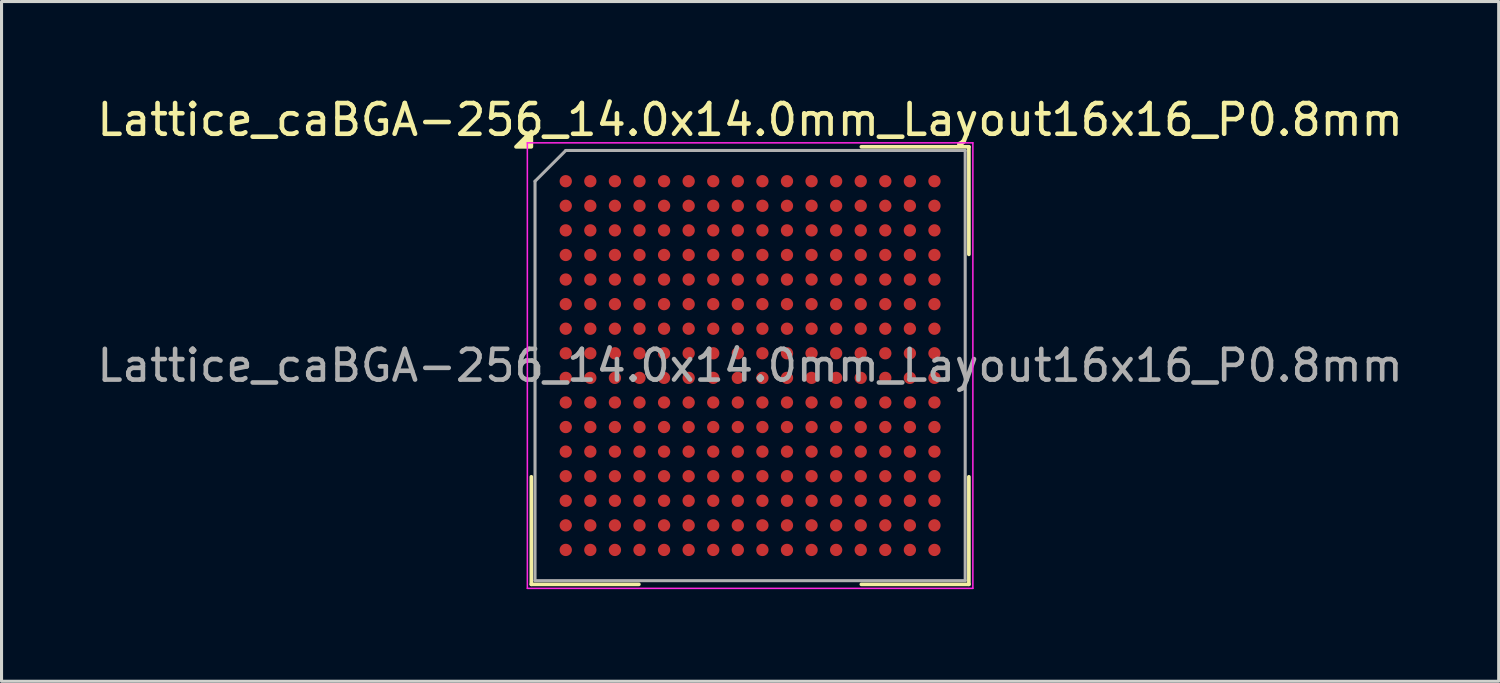
<source format=kicad_pcb>
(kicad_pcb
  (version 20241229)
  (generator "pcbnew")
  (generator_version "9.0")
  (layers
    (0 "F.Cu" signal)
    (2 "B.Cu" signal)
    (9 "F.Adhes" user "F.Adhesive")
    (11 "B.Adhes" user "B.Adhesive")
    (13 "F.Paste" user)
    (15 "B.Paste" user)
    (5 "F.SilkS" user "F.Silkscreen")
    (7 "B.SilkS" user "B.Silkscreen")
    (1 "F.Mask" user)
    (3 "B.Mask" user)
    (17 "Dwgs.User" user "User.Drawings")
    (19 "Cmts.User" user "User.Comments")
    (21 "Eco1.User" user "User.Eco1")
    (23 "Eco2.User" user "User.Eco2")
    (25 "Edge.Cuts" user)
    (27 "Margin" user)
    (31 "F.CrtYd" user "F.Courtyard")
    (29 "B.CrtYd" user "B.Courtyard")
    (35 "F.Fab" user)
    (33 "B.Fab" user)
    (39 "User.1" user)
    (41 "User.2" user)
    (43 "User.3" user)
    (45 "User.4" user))
  (footprint "Lattice_caBGA-256_14.0x14.0mm_Layout16x16_P0.8mm"
    (layer "F.Cu")
    (at 21.363 8.848)
    (property "Reference" "Lattice_caBGA-256_14.0x14.0mm_Layout16x16_P0.8mm" (at 0 -8 0) (layer "F.SilkS") (effects (font (size 1 1) (thickness 0.15))))
    (attr smd)
    (fp_line (start -7.12 7.12) (end -7.12 3.62) (stroke (width 0.12) (type default)) (layer "F.SilkS"))
    (fp_line (start -3.62 7.12) (end -7.12 7.12) (stroke (width 0.12) (type default)) (layer "F.SilkS"))
    (fp_line (start 3.62 -7.12) (end 7.12 -7.12) (stroke (width 0.12) (type default)) (layer "F.SilkS"))
    (fp_line (start 3.62 7.12) (end 7.12 7.12) (stroke (width 0.12) (type default)) (layer "F.SilkS"))
    (fp_line (start 7.12 -7.12) (end 7.12 -3.62) (stroke (width 0.12) (type default)) (layer "F.SilkS"))
    (fp_line (start 7.12 7.12) (end 7.12 3.62) (stroke (width 0.12) (type default)) (layer "F.SilkS"))
    (fp_poly (pts (xy -7.12 -7.12) (xy -7.62 -7.12) (xy -7.12 -7.62) (xy -7.12 -7.12)) (stroke (width 0.12) (type solid)) (fill yes) (layer "F.SilkS"))
    (fp_line (start -7.25 -7.25) (end 7.25 -7.25) (stroke (width 0.05) (type default)) (layer "F.CrtYd"))
    (fp_line (start -7.25 7.25) (end -7.25 -7.25) (stroke (width 0.05) (type default)) (layer "F.CrtYd"))
    (fp_line (start 7.25 -7.25) (end 7.25 7.25) (stroke (width 0.05) (type default)) (layer "F.CrtYd"))
    (fp_line (start 7.25 7.25) (end -7.25 7.25) (stroke (width 0.05) (type default)) (layer "F.CrtYd"))
    (fp_line (start -7 -6) (end -7 7) (stroke (width 0.1) (type default)) (layer "F.Fab"))
    (fp_line (start -7 7) (end 7 7) (stroke (width 0.1) (type default)) (layer "F.Fab"))
    (fp_line (start -6 -7) (end -7 -6) (stroke (width 0.1) (type default)) (layer "F.Fab"))
    (fp_line (start 7 -7) (end -6 -7) (stroke (width 0.1) (type default)) (layer "F.Fab"))
    (fp_line (start 7 7) (end 7 -7) (stroke (width 0.1) (type default)) (layer "F.Fab"))
    (fp_text user "${REFERENCE}" (at 0 0 0) (layer "F.Fab") (effects (font (size 1 1) (thickness 0.15))))
    (pad "A1" smd circle (at -6 -6) (size 0.4 0.4) (layers "F.Cu" "F.Mask" "F.Paste"))
    (pad "A2" smd circle (at -5.2 -6) (size 0.4 0.4) (layers "F.Cu" "F.Mask" "F.Paste"))
    (pad "A3" smd circle (at -4.4 -6) (size 0.4 0.4) (layers "F.Cu" "F.Mask" "F.Paste"))
    (pad "A4" smd circle (at -3.6 -6) (size 0.4 0.4) (layers "F.Cu" "F.Mask" "F.Paste"))
    (pad "A5" smd circle (at -2.8 -6) (size 0.4 0.4) (layers "F.Cu" "F.Mask" "F.Paste"))
    (pad "A6" smd circle (at -2 -6) (size 0.4 0.4) (layers "F.Cu" "F.Mask" "F.Paste"))
    (pad "A7" smd circle (at -1.2 -6) (size 0.4 0.4) (layers "F.Cu" "F.Mask" "F.Paste"))
    (pad "A8" smd circle (at -0.4 -6) (size 0.4 0.4) (layers "F.Cu" "F.Mask" "F.Paste"))
    (pad "A9" smd circle (at 0.4 -6) (size 0.4 0.4) (layers "F.Cu" "F.Mask" "F.Paste"))
    (pad "A10" smd circle (at 1.2 -6) (size 0.4 0.4) (layers "F.Cu" "F.Mask" "F.Paste"))
    (pad "A11" smd circle (at 2 -6) (size 0.4 0.4) (layers "F.Cu" "F.Mask" "F.Paste"))
    (pad "A12" smd circle (at 2.8 -6) (size 0.4 0.4) (layers "F.Cu" "F.Mask" "F.Paste"))
    (pad "A13" smd circle (at 3.6 -6) (size 0.4 0.4) (layers "F.Cu" "F.Mask" "F.Paste"))
    (pad "A14" smd circle (at 4.4 -6) (size 0.4 0.4) (layers "F.Cu" "F.Mask" "F.Paste"))
    (pad "A15" smd circle (at 5.2 -6) (size 0.4 0.4) (layers "F.Cu" "F.Mask" "F.Paste"))
    (pad "A16" smd circle (at 6 -6) (size 0.4 0.4) (layers "F.Cu" "F.Mask" "F.Paste"))
    (pad "B1" smd circle (at -6 -5.2) (size 0.4 0.4) (layers "F.Cu" "F.Mask" "F.Paste"))
    (pad "B2" smd circle (at -5.2 -5.2) (size 0.4 0.4) (layers "F.Cu" "F.Mask" "F.Paste"))
    (pad "B3" smd circle (at -4.4 -5.2) (size 0.4 0.4) (layers "F.Cu" "F.Mask" "F.Paste"))
    (pad "B4" smd circle (at -3.6 -5.2) (size 0.4 0.4) (layers "F.Cu" "F.Mask" "F.Paste"))
    (pad "B5" smd circle (at -2.8 -5.2) (size 0.4 0.4) (layers "F.Cu" "F.Mask" "F.Paste"))
    (pad "B6" smd circle (at -2 -5.2) (size 0.4 0.4) (layers "F.Cu" "F.Mask" "F.Paste"))
    (pad "B7" smd circle (at -1.2 -5.2) (size 0.4 0.4) (layers "F.Cu" "F.Mask" "F.Paste"))
    (pad "B8" smd circle (at -0.4 -5.2) (size 0.4 0.4) (layers "F.Cu" "F.Mask" "F.Paste"))
    (pad "B9" smd circle (at 0.4 -5.2) (size 0.4 0.4) (layers "F.Cu" "F.Mask" "F.Paste"))
    (pad "B10" smd circle (at 1.2 -5.2) (size 0.4 0.4) (layers "F.Cu" "F.Mask" "F.Paste"))
    (pad "B11" smd circle (at 2 -5.2) (size 0.4 0.4) (layers "F.Cu" "F.Mask" "F.Paste"))
    (pad "B12" smd circle (at 2.8 -5.2) (size 0.4 0.4) (layers "F.Cu" "F.Mask" "F.Paste"))
    (pad "B13" smd circle (at 3.6 -5.2) (size 0.4 0.4) (layers "F.Cu" "F.Mask" "F.Paste"))
    (pad "B14" smd circle (at 4.4 -5.2) (size 0.4 0.4) (layers "F.Cu" "F.Mask" "F.Paste"))
    (pad "B15" smd circle (at 5.2 -5.2) (size 0.4 0.4) (layers "F.Cu" "F.Mask" "F.Paste"))
    (pad "B16" smd circle (at 6 -5.2) (size 0.4 0.4) (layers "F.Cu" "F.Mask" "F.Paste"))
    (pad "C1" smd circle (at -6 -4.4) (size 0.4 0.4) (layers "F.Cu" "F.Mask" "F.Paste"))
    (pad "C2" smd circle (at -5.2 -4.4) (size 0.4 0.4) (layers "F.Cu" "F.Mask" "F.Paste"))
    (pad "C3" smd circle (at -4.4 -4.4) (size 0.4 0.4) (layers "F.Cu" "F.Mask" "F.Paste"))
    (pad "C4" smd circle (at -3.6 -4.4) (size 0.4 0.4) (layers "F.Cu" "F.Mask" "F.Paste"))
    (pad "C5" smd circle (at -2.8 -4.4) (size 0.4 0.4) (layers "F.Cu" "F.Mask" "F.Paste"))
    (pad "C6" smd circle (at -2 -4.4) (size 0.4 0.4) (layers "F.Cu" "F.Mask" "F.Paste"))
    (pad "C7" smd circle (at -1.2 -4.4) (size 0.4 0.4) (layers "F.Cu" "F.Mask" "F.Paste"))
    (pad "C8" smd circle (at -0.4 -4.4) (size 0.4 0.4) (layers "F.Cu" "F.Mask" "F.Paste"))
    (pad "C9" smd circle (at 0.4 -4.4) (size 0.4 0.4) (layers "F.Cu" "F.Mask" "F.Paste"))
    (pad "C10" smd circle (at 1.2 -4.4) (size 0.4 0.4) (layers "F.Cu" "F.Mask" "F.Paste"))
    (pad "C11" smd circle (at 2 -4.4) (size 0.4 0.4) (layers "F.Cu" "F.Mask" "F.Paste"))
    (pad "C12" smd circle (at 2.8 -4.4) (size 0.4 0.4) (layers "F.Cu" "F.Mask" "F.Paste"))
    (pad "C13" smd circle (at 3.6 -4.4) (size 0.4 0.4) (layers "F.Cu" "F.Mask" "F.Paste"))
    (pad "C14" smd circle (at 4.4 -4.4) (size 0.4 0.4) (layers "F.Cu" "F.Mask" "F.Paste"))
    (pad "C15" smd circle (at 5.2 -4.4) (size 0.4 0.4) (layers "F.Cu" "F.Mask" "F.Paste"))
    (pad "C16" smd circle (at 6 -4.4) (size 0.4 0.4) (layers "F.Cu" "F.Mask" "F.Paste"))
    (pad "D1" smd circle (at -6 -3.6) (size 0.4 0.4) (layers "F.Cu" "F.Mask" "F.Paste"))
    (pad "D2" smd circle (at -5.2 -3.6) (size 0.4 0.4) (layers "F.Cu" "F.Mask" "F.Paste"))
    (pad "D3" smd circle (at -4.4 -3.6) (size 0.4 0.4) (layers "F.Cu" "F.Mask" "F.Paste"))
    (pad "D4" smd circle (at -3.6 -3.6) (size 0.4 0.4) (layers "F.Cu" "F.Mask" "F.Paste"))
    (pad "D5" smd circle (at -2.8 -3.6) (size 0.4 0.4) (layers "F.Cu" "F.Mask" "F.Paste"))
    (pad "D6" smd circle (at -2 -3.6) (size 0.4 0.4) (layers "F.Cu" "F.Mask" "F.Paste"))
    (pad "D7" smd circle (at -1.2 -3.6) (size 0.4 0.4) (layers "F.Cu" "F.Mask" "F.Paste"))
    (pad "D8" smd circle (at -0.4 -3.6) (size 0.4 0.4) (layers "F.Cu" "F.Mask" "F.Paste"))
    (pad "D9" smd circle (at 0.4 -3.6) (size 0.4 0.4) (layers "F.Cu" "F.Mask" "F.Paste"))
    (pad "D10" smd circle (at 1.2 -3.6) (size 0.4 0.4) (layers "F.Cu" "F.Mask" "F.Paste"))
    (pad "D11" smd circle (at 2 -3.6) (size 0.4 0.4) (layers "F.Cu" "F.Mask" "F.Paste"))
    (pad "D12" smd circle (at 2.8 -3.6) (size 0.4 0.4) (layers "F.Cu" "F.Mask" "F.Paste"))
    (pad "D13" smd circle (at 3.6 -3.6) (size 0.4 0.4) (layers "F.Cu" "F.Mask" "F.Paste"))
    (pad "D14" smd circle (at 4.4 -3.6) (size 0.4 0.4) (layers "F.Cu" "F.Mask" "F.Paste"))
    (pad "D15" smd circle (at 5.2 -3.6) (size 0.4 0.4) (layers "F.Cu" "F.Mask" "F.Paste"))
    (pad "D16" smd circle (at 6 -3.6) (size 0.4 0.4) (layers "F.Cu" "F.Mask" "F.Paste"))
    (pad "E1" smd circle (at -6 -2.8) (size 0.4 0.4) (layers "F.Cu" "F.Mask" "F.Paste"))
    (pad "E2" smd circle (at -5.2 -2.8) (size 0.4 0.4) (layers "F.Cu" "F.Mask" "F.Paste"))
    (pad "E3" smd circle (at -4.4 -2.8) (size 0.4 0.4) (layers "F.Cu" "F.Mask" "F.Paste"))
    (pad "E4" smd circle (at -3.6 -2.8) (size 0.4 0.4) (layers "F.Cu" "F.Mask" "F.Paste"))
    (pad "E5" smd circle (at -2.8 -2.8) (size 0.4 0.4) (layers "F.Cu" "F.Mask" "F.Paste"))
    (pad "E6" smd circle (at -2 -2.8) (size 0.4 0.4) (layers "F.Cu" "F.Mask" "F.Paste"))
    (pad "E7" smd circle (at -1.2 -2.8) (size 0.4 0.4) (layers "F.Cu" "F.Mask" "F.Paste"))
    (pad "E8" smd circle (at -0.4 -2.8) (size 0.4 0.4) (layers "F.Cu" "F.Mask" "F.Paste"))
    (pad "E9" smd circle (at 0.4 -2.8) (size 0.4 0.4) (layers "F.Cu" "F.Mask" "F.Paste"))
    (pad "E10" smd circle (at 1.2 -2.8) (size 0.4 0.4) (layers "F.Cu" "F.Mask" "F.Paste"))
    (pad "E11" smd circle (at 2 -2.8) (size 0.4 0.4) (layers "F.Cu" "F.Mask" "F.Paste"))
    (pad "E12" smd circle (at 2.8 -2.8) (size 0.4 0.4) (layers "F.Cu" "F.Mask" "F.Paste"))
    (pad "E13" smd circle (at 3.6 -2.8) (size 0.4 0.4) (layers "F.Cu" "F.Mask" "F.Paste"))
    (pad "E14" smd circle (at 4.4 -2.8) (size 0.4 0.4) (layers "F.Cu" "F.Mask" "F.Paste"))
    (pad "E15" smd circle (at 5.2 -2.8) (size 0.4 0.4) (layers "F.Cu" "F.Mask" "F.Paste"))
    (pad "E16" smd circle (at 6 -2.8) (size 0.4 0.4) (layers "F.Cu" "F.Mask" "F.Paste"))
    (pad "F1" smd circle (at -6 -2) (size 0.4 0.4) (layers "F.Cu" "F.Mask" "F.Paste"))
    (pad "F2" smd circle (at -5.2 -2) (size 0.4 0.4) (layers "F.Cu" "F.Mask" "F.Paste"))
    (pad "F3" smd circle (at -4.4 -2) (size 0.4 0.4) (layers "F.Cu" "F.Mask" "F.Paste"))
    (pad "F4" smd circle (at -3.6 -2) (size 0.4 0.4) (layers "F.Cu" "F.Mask" "F.Paste"))
    (pad "F5" smd circle (at -2.8 -2) (size 0.4 0.4) (layers "F.Cu" "F.Mask" "F.Paste"))
    (pad "F6" smd circle (at -2 -2) (size 0.4 0.4) (layers "F.Cu" "F.Mask" "F.Paste"))
    (pad "F7" smd circle (at -1.2 -2) (size 0.4 0.4) (layers "F.Cu" "F.Mask" "F.Paste"))
    (pad "F8" smd circle (at -0.4 -2) (size 0.4 0.4) (layers "F.Cu" "F.Mask" "F.Paste"))
    (pad "F9" smd circle (at 0.4 -2) (size 0.4 0.4) (layers "F.Cu" "F.Mask" "F.Paste"))
    (pad "F10" smd circle (at 1.2 -2) (size 0.4 0.4) (layers "F.Cu" "F.Mask" "F.Paste"))
    (pad "F11" smd circle (at 2 -2) (size 0.4 0.4) (layers "F.Cu" "F.Mask" "F.Paste"))
    (pad "F12" smd circle (at 2.8 -2) (size 0.4 0.4) (layers "F.Cu" "F.Mask" "F.Paste"))
    (pad "F13" smd circle (at 3.6 -2) (size 0.4 0.4) (layers "F.Cu" "F.Mask" "F.Paste"))
    (pad "F14" smd circle (at 4.4 -2) (size 0.4 0.4) (layers "F.Cu" "F.Mask" "F.Paste"))
    (pad "F15" smd circle (at 5.2 -2) (size 0.4 0.4) (layers "F.Cu" "F.Mask" "F.Paste"))
    (pad "F16" smd circle (at 6 -2) (size 0.4 0.4) (layers "F.Cu" "F.Mask" "F.Paste"))
    (pad "G1" smd circle (at -6 -1.2) (size 0.4 0.4) (layers "F.Cu" "F.Mask" "F.Paste"))
    (pad "G2" smd circle (at -5.2 -1.2) (size 0.4 0.4) (layers "F.Cu" "F.Mask" "F.Paste"))
    (pad "G3" smd circle (at -4.4 -1.2) (size 0.4 0.4) (layers "F.Cu" "F.Mask" "F.Paste"))
    (pad "G4" smd circle (at -3.6 -1.2) (size 0.4 0.4) (layers "F.Cu" "F.Mask" "F.Paste"))
    (pad "G5" smd circle (at -2.8 -1.2) (size 0.4 0.4) (layers "F.Cu" "F.Mask" "F.Paste"))
    (pad "G6" smd circle (at -2 -1.2) (size 0.4 0.4) (layers "F.Cu" "F.Mask" "F.Paste"))
    (pad "G7" smd circle (at -1.2 -1.2) (size 0.4 0.4) (layers "F.Cu" "F.Mask" "F.Paste"))
    (pad "G8" smd circle (at -0.4 -1.2) (size 0.4 0.4) (layers "F.Cu" "F.Mask" "F.Paste"))
    (pad "G9" smd circle (at 0.4 -1.2) (size 0.4 0.4) (layers "F.Cu" "F.Mask" "F.Paste"))
    (pad "G10" smd circle (at 1.2 -1.2) (size 0.4 0.4) (layers "F.Cu" "F.Mask" "F.Paste"))
    (pad "G11" smd circle (at 2 -1.2) (size 0.4 0.4) (layers "F.Cu" "F.Mask" "F.Paste"))
    (pad "G12" smd circle (at 2.8 -1.2) (size 0.4 0.4) (layers "F.Cu" "F.Mask" "F.Paste"))
    (pad "G13" smd circle (at 3.6 -1.2) (size 0.4 0.4) (layers "F.Cu" "F.Mask" "F.Paste"))
    (pad "G14" smd circle (at 4.4 -1.2) (size 0.4 0.4) (layers "F.Cu" "F.Mask" "F.Paste"))
    (pad "G15" smd circle (at 5.2 -1.2) (size 0.4 0.4) (layers "F.Cu" "F.Mask" "F.Paste"))
    (pad "G16" smd circle (at 6 -1.2) (size 0.4 0.4) (layers "F.Cu" "F.Mask" "F.Paste"))
    (pad "H1" smd circle (at -6 -0.4) (size 0.4 0.4) (layers "F.Cu" "F.Mask" "F.Paste"))
    (pad "H2" smd circle (at -5.2 -0.4) (size 0.4 0.4) (layers "F.Cu" "F.Mask" "F.Paste"))
    (pad "H3" smd circle (at -4.4 -0.4) (size 0.4 0.4) (layers "F.Cu" "F.Mask" "F.Paste"))
    (pad "H4" smd circle (at -3.6 -0.4) (size 0.4 0.4) (layers "F.Cu" "F.Mask" "F.Paste"))
    (pad "H5" smd circle (at -2.8 -0.4) (size 0.4 0.4) (layers "F.Cu" "F.Mask" "F.Paste"))
    (pad "H6" smd circle (at -2 -0.4) (size 0.4 0.4) (layers "F.Cu" "F.Mask" "F.Paste"))
    (pad "H7" smd circle (at -1.2 -0.4) (size 0.4 0.4) (layers "F.Cu" "F.Mask" "F.Paste"))
    (pad "H8" smd circle (at -0.4 -0.4) (size 0.4 0.4) (layers "F.Cu" "F.Mask" "F.Paste"))
    (pad "H9" smd circle (at 0.4 -0.4) (size 0.4 0.4) (layers "F.Cu" "F.Mask" "F.Paste"))
    (pad "H10" smd circle (at 1.2 -0.4) (size 0.4 0.4) (layers "F.Cu" "F.Mask" "F.Paste"))
    (pad "H11" smd circle (at 2 -0.4) (size 0.4 0.4) (layers "F.Cu" "F.Mask" "F.Paste"))
    (pad "H12" smd circle (at 2.8 -0.4) (size 0.4 0.4) (layers "F.Cu" "F.Mask" "F.Paste"))
    (pad "H13" smd circle (at 3.6 -0.4) (size 0.4 0.4) (layers "F.Cu" "F.Mask" "F.Paste"))
    (pad "H14" smd circle (at 4.4 -0.4) (size 0.4 0.4) (layers "F.Cu" "F.Mask" "F.Paste"))
    (pad "H15" smd circle (at 5.2 -0.4) (size 0.4 0.4) (layers "F.Cu" "F.Mask" "F.Paste"))
    (pad "H16" smd circle (at 6 -0.4) (size 0.4 0.4) (layers "F.Cu" "F.Mask" "F.Paste"))
    (pad "J1" smd circle (at -6 0.4) (size 0.4 0.4) (layers "F.Cu" "F.Mask" "F.Paste"))
    (pad "J2" smd circle (at -5.2 0.4) (size 0.4 0.4) (layers "F.Cu" "F.Mask" "F.Paste"))
    (pad "J3" smd circle (at -4.4 0.4) (size 0.4 0.4) (layers "F.Cu" "F.Mask" "F.Paste"))
    (pad "J4" smd circle (at -3.6 0.4) (size 0.4 0.4) (layers "F.Cu" "F.Mask" "F.Paste"))
    (pad "J5" smd circle (at -2.8 0.4) (size 0.4 0.4) (layers "F.Cu" "F.Mask" "F.Paste"))
    (pad "J6" smd circle (at -2 0.4) (size 0.4 0.4) (layers "F.Cu" "F.Mask" "F.Paste"))
    (pad "J7" smd circle (at -1.2 0.4) (size 0.4 0.4) (layers "F.Cu" "F.Mask" "F.Paste"))
    (pad "J8" smd circle (at -0.4 0.4) (size 0.4 0.4) (layers "F.Cu" "F.Mask" "F.Paste"))
    (pad "J9" smd circle (at 0.4 0.4) (size 0.4 0.4) (layers "F.Cu" "F.Mask" "F.Paste"))
    (pad "J10" smd circle (at 1.2 0.4) (size 0.4 0.4) (layers "F.Cu" "F.Mask" "F.Paste"))
    (pad "J11" smd circle (at 2 0.4) (size 0.4 0.4) (layers "F.Cu" "F.Mask" "F.Paste"))
    (pad "J12" smd circle (at 2.8 0.4) (size 0.4 0.4) (layers "F.Cu" "F.Mask" "F.Paste"))
    (pad "J13" smd circle (at 3.6 0.4) (size 0.4 0.4) (layers "F.Cu" "F.Mask" "F.Paste"))
    (pad "J14" smd circle (at 4.4 0.4) (size 0.4 0.4) (layers "F.Cu" "F.Mask" "F.Paste"))
    (pad "J15" smd circle (at 5.2 0.4) (size 0.4 0.4) (layers "F.Cu" "F.Mask" "F.Paste"))
    (pad "J16" smd circle (at 6 0.4) (size 0.4 0.4) (layers "F.Cu" "F.Mask" "F.Paste"))
    (pad "K1" smd circle (at -6 1.2) (size 0.4 0.4) (layers "F.Cu" "F.Mask" "F.Paste"))
    (pad "K2" smd circle (at -5.2 1.2) (size 0.4 0.4) (layers "F.Cu" "F.Mask" "F.Paste"))
    (pad "K3" smd circle (at -4.4 1.2) (size 0.4 0.4) (layers "F.Cu" "F.Mask" "F.Paste"))
    (pad "K4" smd circle (at -3.6 1.2) (size 0.4 0.4) (layers "F.Cu" "F.Mask" "F.Paste"))
    (pad "K5" smd circle (at -2.8 1.2) (size 0.4 0.4) (layers "F.Cu" "F.Mask" "F.Paste"))
    (pad "K6" smd circle (at -2 1.2) (size 0.4 0.4) (layers "F.Cu" "F.Mask" "F.Paste"))
    (pad "K7" smd circle (at -1.2 1.2) (size 0.4 0.4) (layers "F.Cu" "F.Mask" "F.Paste"))
    (pad "K8" smd circle (at -0.4 1.2) (size 0.4 0.4) (layers "F.Cu" "F.Mask" "F.Paste"))
    (pad "K9" smd circle (at 0.4 1.2) (size 0.4 0.4) (layers "F.Cu" "F.Mask" "F.Paste"))
    (pad "K10" smd circle (at 1.2 1.2) (size 0.4 0.4) (layers "F.Cu" "F.Mask" "F.Paste"))
    (pad "K11" smd circle (at 2 1.2) (size 0.4 0.4) (layers "F.Cu" "F.Mask" "F.Paste"))
    (pad "K12" smd circle (at 2.8 1.2) (size 0.4 0.4) (layers "F.Cu" "F.Mask" "F.Paste"))
    (pad "K13" smd circle (at 3.6 1.2) (size 0.4 0.4) (layers "F.Cu" "F.Mask" "F.Paste"))
    (pad "K14" smd circle (at 4.4 1.2) (size 0.4 0.4) (layers "F.Cu" "F.Mask" "F.Paste"))
    (pad "K15" smd circle (at 5.2 1.2) (size 0.4 0.4) (layers "F.Cu" "F.Mask" "F.Paste"))
    (pad "K16" smd circle (at 6 1.2) (size 0.4 0.4) (layers "F.Cu" "F.Mask" "F.Paste"))
    (pad "L1" smd circle (at -6 2) (size 0.4 0.4) (layers "F.Cu" "F.Mask" "F.Paste"))
    (pad "L2" smd circle (at -5.2 2) (size 0.4 0.4) (layers "F.Cu" "F.Mask" "F.Paste"))
    (pad "L3" smd circle (at -4.4 2) (size 0.4 0.4) (layers "F.Cu" "F.Mask" "F.Paste"))
    (pad "L4" smd circle (at -3.6 2) (size 0.4 0.4) (layers "F.Cu" "F.Mask" "F.Paste"))
    (pad "L5" smd circle (at -2.8 2) (size 0.4 0.4) (layers "F.Cu" "F.Mask" "F.Paste"))
    (pad "L6" smd circle (at -2 2) (size 0.4 0.4) (layers "F.Cu" "F.Mask" "F.Paste"))
    (pad "L7" smd circle (at -1.2 2) (size 0.4 0.4) (layers "F.Cu" "F.Mask" "F.Paste"))
    (pad "L8" smd circle (at -0.4 2) (size 0.4 0.4) (layers "F.Cu" "F.Mask" "F.Paste"))
    (pad "L9" smd circle (at 0.4 2) (size 0.4 0.4) (layers "F.Cu" "F.Mask" "F.Paste"))
    (pad "L10" smd circle (at 1.2 2) (size 0.4 0.4) (layers "F.Cu" "F.Mask" "F.Paste"))
    (pad "L11" smd circle (at 2 2) (size 0.4 0.4) (layers "F.Cu" "F.Mask" "F.Paste"))
    (pad "L12" smd circle (at 2.8 2) (size 0.4 0.4) (layers "F.Cu" "F.Mask" "F.Paste"))
    (pad "L13" smd circle (at 3.6 2) (size 0.4 0.4) (layers "F.Cu" "F.Mask" "F.Paste"))
    (pad "L14" smd circle (at 4.4 2) (size 0.4 0.4) (layers "F.Cu" "F.Mask" "F.Paste"))
    (pad "L15" smd circle (at 5.2 2) (size 0.4 0.4) (layers "F.Cu" "F.Mask" "F.Paste"))
    (pad "L16" smd circle (at 6 2) (size 0.4 0.4) (layers "F.Cu" "F.Mask" "F.Paste"))
    (pad "M1" smd circle (at -6 2.8) (size 0.4 0.4) (layers "F.Cu" "F.Mask" "F.Paste"))
    (pad "M2" smd circle (at -5.2 2.8) (size 0.4 0.4) (layers "F.Cu" "F.Mask" "F.Paste"))
    (pad "M3" smd circle (at -4.4 2.8) (size 0.4 0.4) (layers "F.Cu" "F.Mask" "F.Paste"))
    (pad "M4" smd circle (at -3.6 2.8) (size 0.4 0.4) (layers "F.Cu" "F.Mask" "F.Paste"))
    (pad "M5" smd circle (at -2.8 2.8) (size 0.4 0.4) (layers "F.Cu" "F.Mask" "F.Paste"))
    (pad "M6" smd circle (at -2 2.8) (size 0.4 0.4) (layers "F.Cu" "F.Mask" "F.Paste"))
    (pad "M7" smd circle (at -1.2 2.8) (size 0.4 0.4) (layers "F.Cu" "F.Mask" "F.Paste"))
    (pad "M8" smd circle (at -0.4 2.8) (size 0.4 0.4) (layers "F.Cu" "F.Mask" "F.Paste"))
    (pad "M9" smd circle (at 0.4 2.8) (size 0.4 0.4) (layers "F.Cu" "F.Mask" "F.Paste"))
    (pad "M10" smd circle (at 1.2 2.8) (size 0.4 0.4) (layers "F.Cu" "F.Mask" "F.Paste"))
    (pad "M11" smd circle (at 2 2.8) (size 0.4 0.4) (layers "F.Cu" "F.Mask" "F.Paste"))
    (pad "M12" smd circle (at 2.8 2.8) (size 0.4 0.4) (layers "F.Cu" "F.Mask" "F.Paste"))
    (pad "M13" smd circle (at 3.6 2.8) (size 0.4 0.4) (layers "F.Cu" "F.Mask" "F.Paste"))
    (pad "M14" smd circle (at 4.4 2.8) (size 0.4 0.4) (layers "F.Cu" "F.Mask" "F.Paste"))
    (pad "M15" smd circle (at 5.2 2.8) (size 0.4 0.4) (layers "F.Cu" "F.Mask" "F.Paste"))
    (pad "M16" smd circle (at 6 2.8) (size 0.4 0.4) (layers "F.Cu" "F.Mask" "F.Paste"))
    (pad "N1" smd circle (at -6 3.6) (size 0.4 0.4) (layers "F.Cu" "F.Mask" "F.Paste"))
    (pad "N2" smd circle (at -5.2 3.6) (size 0.4 0.4) (layers "F.Cu" "F.Mask" "F.Paste"))
    (pad "N3" smd circle (at -4.4 3.6) (size 0.4 0.4) (layers "F.Cu" "F.Mask" "F.Paste"))
    (pad "N4" smd circle (at -3.6 3.6) (size 0.4 0.4) (layers "F.Cu" "F.Mask" "F.Paste"))
    (pad "N5" smd circle (at -2.8 3.6) (size 0.4 0.4) (layers "F.Cu" "F.Mask" "F.Paste"))
    (pad "N6" smd circle (at -2 3.6) (size 0.4 0.4) (layers "F.Cu" "F.Mask" "F.Paste"))
    (pad "N7" smd circle (at -1.2 3.6) (size 0.4 0.4) (layers "F.Cu" "F.Mask" "F.Paste"))
    (pad "N8" smd circle (at -0.4 3.6) (size 0.4 0.4) (layers "F.Cu" "F.Mask" "F.Paste"))
    (pad "N9" smd circle (at 0.4 3.6) (size 0.4 0.4) (layers "F.Cu" "F.Mask" "F.Paste"))
    (pad "N10" smd circle (at 1.2 3.6) (size 0.4 0.4) (layers "F.Cu" "F.Mask" "F.Paste"))
    (pad "N11" smd circle (at 2 3.6) (size 0.4 0.4) (layers "F.Cu" "F.Mask" "F.Paste"))
    (pad "N12" smd circle (at 2.8 3.6) (size 0.4 0.4) (layers "F.Cu" "F.Mask" "F.Paste"))
    (pad "N13" smd circle (at 3.6 3.6) (size 0.4 0.4) (layers "F.Cu" "F.Mask" "F.Paste"))
    (pad "N14" smd circle (at 4.4 3.6) (size 0.4 0.4) (layers "F.Cu" "F.Mask" "F.Paste"))
    (pad "N15" smd circle (at 5.2 3.6) (size 0.4 0.4) (layers "F.Cu" "F.Mask" "F.Paste"))
    (pad "N16" smd circle (at 6 3.6) (size 0.4 0.4) (layers "F.Cu" "F.Mask" "F.Paste"))
    (pad "P1" smd circle (at -6 4.4) (size 0.4 0.4) (layers "F.Cu" "F.Mask" "F.Paste"))
    (pad "P2" smd circle (at -5.2 4.4) (size 0.4 0.4) (layers "F.Cu" "F.Mask" "F.Paste"))
    (pad "P3" smd circle (at -4.4 4.4) (size 0.4 0.4) (layers "F.Cu" "F.Mask" "F.Paste"))
    (pad "P4" smd circle (at -3.6 4.4) (size 0.4 0.4) (layers "F.Cu" "F.Mask" "F.Paste"))
    (pad "P5" smd circle (at -2.8 4.4) (size 0.4 0.4) (layers "F.Cu" "F.Mask" "F.Paste"))
    (pad "P6" smd circle (at -2 4.4) (size 0.4 0.4) (layers "F.Cu" "F.Mask" "F.Paste"))
    (pad "P7" smd circle (at -1.2 4.4) (size 0.4 0.4) (layers "F.Cu" "F.Mask" "F.Paste"))
    (pad "P8" smd circle (at -0.4 4.4) (size 0.4 0.4) (layers "F.Cu" "F.Mask" "F.Paste"))
    (pad "P9" smd circle (at 0.4 4.4) (size 0.4 0.4) (layers "F.Cu" "F.Mask" "F.Paste"))
    (pad "P10" smd circle (at 1.2 4.4) (size 0.4 0.4) (layers "F.Cu" "F.Mask" "F.Paste"))
    (pad "P11" smd circle (at 2 4.4) (size 0.4 0.4) (layers "F.Cu" "F.Mask" "F.Paste"))
    (pad "P12" smd circle (at 2.8 4.4) (size 0.4 0.4) (layers "F.Cu" "F.Mask" "F.Paste"))
    (pad "P13" smd circle (at 3.6 4.4) (size 0.4 0.4) (layers "F.Cu" "F.Mask" "F.Paste"))
    (pad "P14" smd circle (at 4.4 4.4) (size 0.4 0.4) (layers "F.Cu" "F.Mask" "F.Paste"))
    (pad "P15" smd circle (at 5.2 4.4) (size 0.4 0.4) (layers "F.Cu" "F.Mask" "F.Paste"))
    (pad "P16" smd circle (at 6 4.4) (size 0.4 0.4) (layers "F.Cu" "F.Mask" "F.Paste"))
    (pad "R1" smd circle (at -6 5.2) (size 0.4 0.4) (layers "F.Cu" "F.Mask" "F.Paste"))
    (pad "R2" smd circle (at -5.2 5.2) (size 0.4 0.4) (layers "F.Cu" "F.Mask" "F.Paste"))
    (pad "R3" smd circle (at -4.4 5.2) (size 0.4 0.4) (layers "F.Cu" "F.Mask" "F.Paste"))
    (pad "R4" smd circle (at -3.6 5.2) (size 0.4 0.4) (layers "F.Cu" "F.Mask" "F.Paste"))
    (pad "R5" smd circle (at -2.8 5.2) (size 0.4 0.4) (layers "F.Cu" "F.Mask" "F.Paste"))
    (pad "R6" smd circle (at -2 5.2) (size 0.4 0.4) (layers "F.Cu" "F.Mask" "F.Paste"))
    (pad "R7" smd circle (at -1.2 5.2) (size 0.4 0.4) (layers "F.Cu" "F.Mask" "F.Paste"))
    (pad "R8" smd circle (at -0.4 5.2) (size 0.4 0.4) (layers "F.Cu" "F.Mask" "F.Paste"))
    (pad "R9" smd circle (at 0.4 5.2) (size 0.4 0.4) (layers "F.Cu" "F.Mask" "F.Paste"))
    (pad "R10" smd circle (at 1.2 5.2) (size 0.4 0.4) (layers "F.Cu" "F.Mask" "F.Paste"))
    (pad "R11" smd circle (at 2 5.2) (size 0.4 0.4) (layers "F.Cu" "F.Mask" "F.Paste"))
    (pad "R12" smd circle (at 2.8 5.2) (size 0.4 0.4) (layers "F.Cu" "F.Mask" "F.Paste"))
    (pad "R13" smd circle (at 3.6 5.2) (size 0.4 0.4) (layers "F.Cu" "F.Mask" "F.Paste"))
    (pad "R14" smd circle (at 4.4 5.2) (size 0.4 0.4) (layers "F.Cu" "F.Mask" "F.Paste"))
    (pad "R15" smd circle (at 5.2 5.2) (size 0.4 0.4) (layers "F.Cu" "F.Mask" "F.Paste"))
    (pad "R16" smd circle (at 6 5.2) (size 0.4 0.4) (layers "F.Cu" "F.Mask" "F.Paste"))
    (pad "T1" smd circle (at -6 6) (size 0.4 0.4) (layers "F.Cu" "F.Mask" "F.Paste"))
    (pad "T2" smd circle (at -5.2 6) (size 0.4 0.4) (layers "F.Cu" "F.Mask" "F.Paste"))
    (pad "T3" smd circle (at -4.4 6) (size 0.4 0.4) (layers "F.Cu" "F.Mask" "F.Paste"))
    (pad "T4" smd circle (at -3.6 6) (size 0.4 0.4) (layers "F.Cu" "F.Mask" "F.Paste"))
    (pad "T5" smd circle (at -2.8 6) (size 0.4 0.4) (layers "F.Cu" "F.Mask" "F.Paste"))
    (pad "T6" smd circle (at -2 6) (size 0.4 0.4) (layers "F.Cu" "F.Mask" "F.Paste"))
    (pad "T7" smd circle (at -1.2 6) (size 0.4 0.4) (layers "F.Cu" "F.Mask" "F.Paste"))
    (pad "T8" smd circle (at -0.4 6) (size 0.4 0.4) (layers "F.Cu" "F.Mask" "F.Paste"))
    (pad "T9" smd circle (at 0.4 6) (size 0.4 0.4) (layers "F.Cu" "F.Mask" "F.Paste"))
    (pad "T10" smd circle (at 1.2 6) (size 0.4 0.4) (layers "F.Cu" "F.Mask" "F.Paste"))
    (pad "T11" smd circle (at 2 6) (size 0.4 0.4) (layers "F.Cu" "F.Mask" "F.Paste"))
    (pad "T12" smd circle (at 2.8 6) (size 0.4 0.4) (layers "F.Cu" "F.Mask" "F.Paste"))
    (pad "T13" smd circle (at 3.6 6) (size 0.4 0.4) (layers "F.Cu" "F.Mask" "F.Paste"))
    (pad "T14" smd circle (at 4.4 6) (size 0.4 0.4) (layers "F.Cu" "F.Mask" "F.Paste"))
    (pad "T15" smd circle (at 5.2 6) (size 0.4 0.4) (layers "F.Cu" "F.Mask" "F.Paste"))
    (pad "T16" smd circle (at 6 6) (size 0.4 0.4) (layers "F.Cu" "F.Mask" "F.Paste")))
  (gr_rect
    (start -3 -3)
    (end 45.726 19.123)
    (stroke (width 0.1) (type default))
    (fill no)
    (layer "Edge.Cuts")))
</source>
